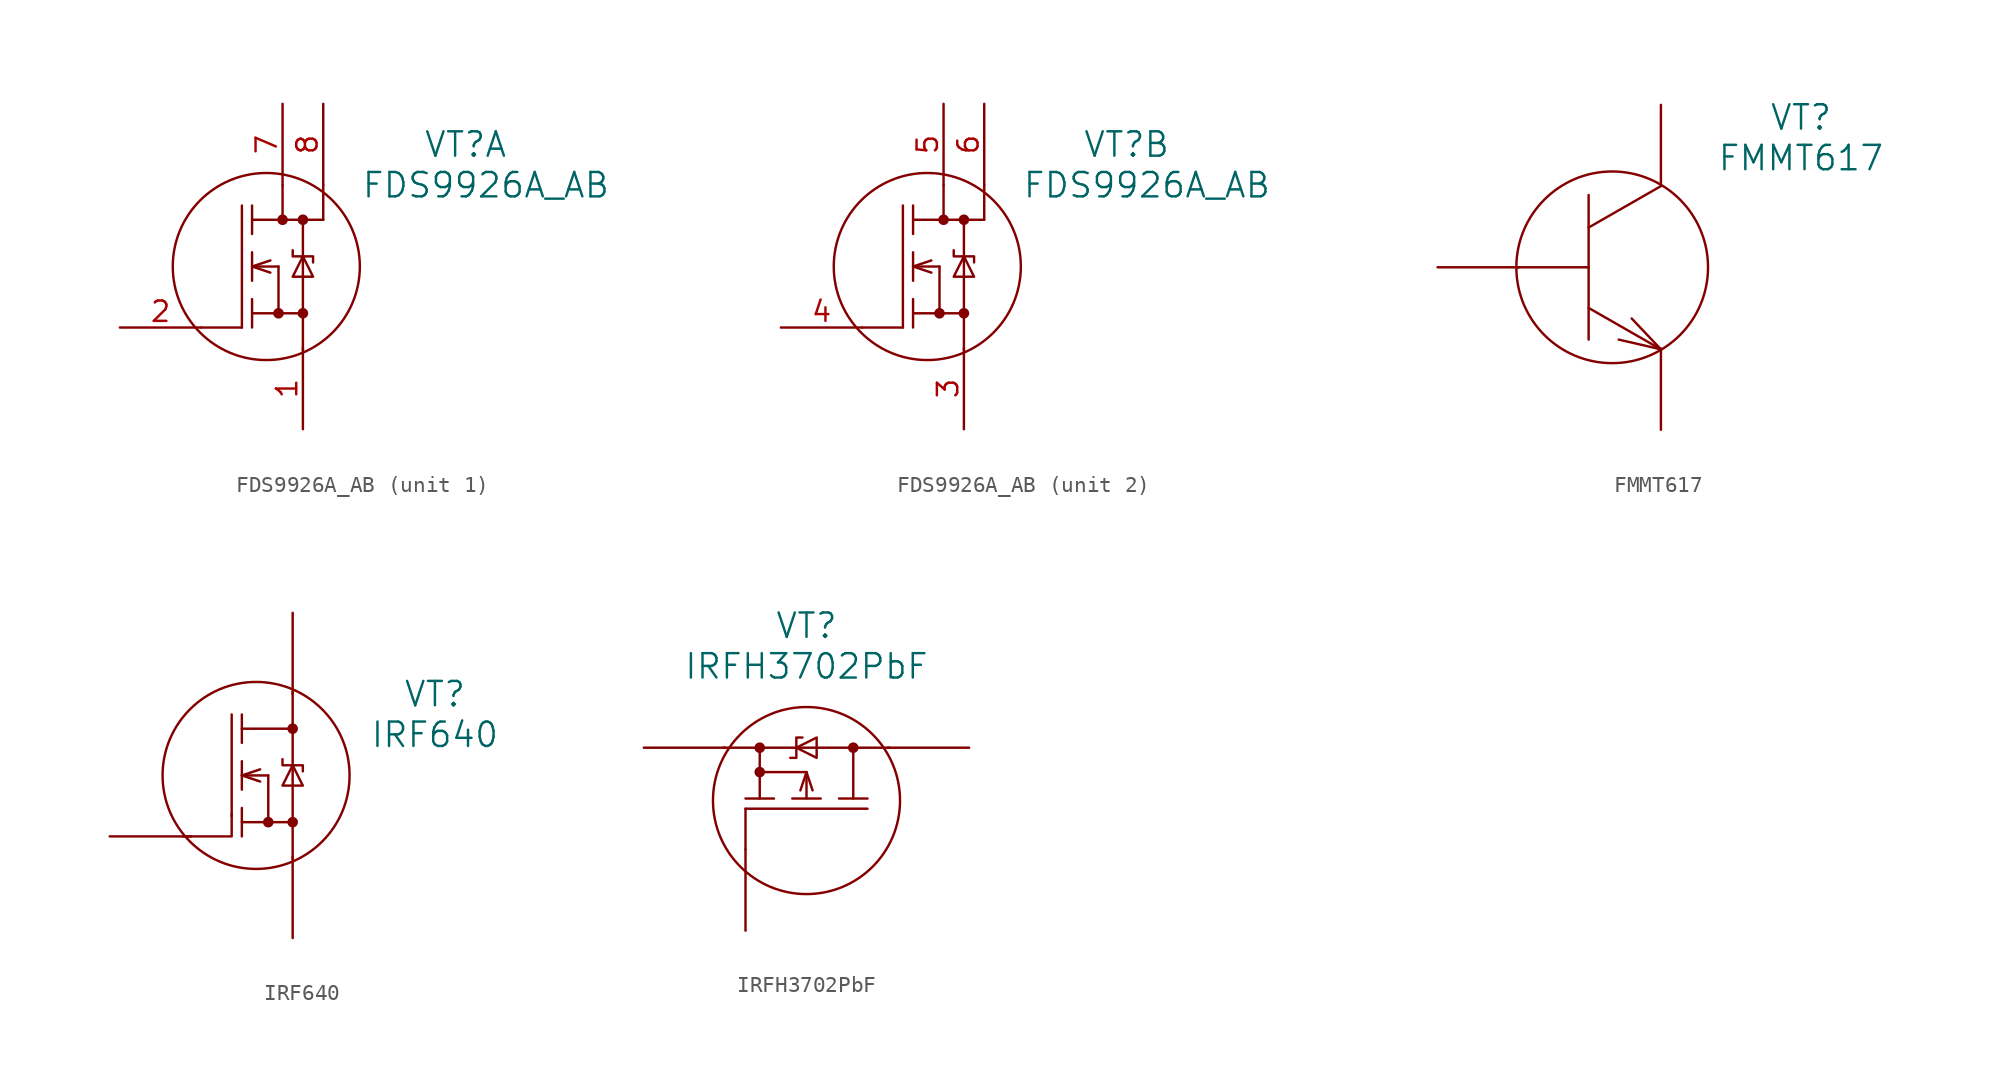
<source format=kicad_sym>
(kicad_symbol_lib
  (version 20220914)
  (generator kicad_symbol_editor)
  (symbol "FDS9926A_AB"
    (pin_names
      (offset 1.016) hide)
    (property "Reference" "VT"
      (at 12.7 7.62 0)
      (effects (font (size 1.524 1.524))))
    (property "Value" "FDS9926A_AB"
      (at 13.97 5.08 0)
      (effects (font (size 1.524 1.524))))
    (property "Datasheet" ""
      (at -8.89 -3.81 0)
      (effects (font (size 1.524 1.524))))
    (property "ki_locked" ""
      (at 0 0 0)
      (effects (font (size 1.27 1.27))))
    (symbol "FDS9926A_AB_0_1"
      (polyline (pts (xy -1.27 -3.81) (xy -1.27 3.81)) (stroke (width 0) (type solid)) (fill (type none)))
      (polyline (pts (xy -0.635 0.889) (xy -0.635 -0.889)) (stroke (width 0) (type solid)) (fill (type none)))
      (polyline (pts (xy -0.635 2.921) (xy 3.81 2.921)) (stroke (width 0) (type solid)) (fill (type none)))
      (polyline (pts (xy 1.016 0) (xy -0.635 0)) (stroke (width 0) (type solid)) (fill (type none)))
      (polyline (pts (xy 1.27 5.08) (xy 1.27 2.921)) (stroke (width 0) (type solid)) (fill (type none)))
      (polyline (pts (xy 2.54 2.921) (xy 2.54 -5.207)) (stroke (width 0) (type solid)) (fill (type none)))
      (polyline (pts (xy 3.81 5.08) (xy 3.81 2.921)) (stroke (width 0) (type solid)) (fill (type none)))
      (polyline (pts (xy -0.635 -2.921) (xy 2.54 -2.921) (xy 2.54 -2.921)) (stroke (width 0) (type solid)) (fill (type none)))
      (polyline (pts (xy -0.635 -2.032) (xy -0.635 -3.175) (xy -0.635 -3.81)) (stroke (width 0) (type solid)) (fill (type none)))
      (polyline (pts (xy -0.635 3.81) (xy -0.635 2.413) (xy -0.635 2.032)) (stroke (width 0) (type solid)) (fill (type none)))
      (polyline (pts (xy 1.905 1.016) (xy 1.905 0.635) (xy 3.175 0.635) (xy 3.175 0.254)) (stroke (width 0) (type solid)) (fill (type none)))
      (polyline (pts (xy 2.54 0.635) (xy 1.905 -0.635) (xy 3.175 -0.635) (xy 2.54 0.635)) (stroke (width 0) (type solid)) (fill (type none)))
      (circle (center 0.254 0) (radius 5.842) (stroke (width 0) (type solid)) (fill (type none)))
      (circle (center 1.016 -2.921) (radius 0.254) (stroke (width 0) (type solid)) (fill (type outline)))
      (circle (center 1.27 2.921) (radius 0.254) (stroke (width 0) (type solid)) (fill (type outline)))
      (circle (center 2.54 -2.921) (radius 0.254) (stroke (width 0) (type solid)) (fill (type outline)))
      (circle (center 2.54 2.921) (radius 0.254) (stroke (width 0) (type solid)) (fill (type outline))))
    (symbol "FDS9926A_AB_1_1"
      (polyline (pts (xy -1.27 -3.81) (xy -3.81 -3.81)) (stroke (width 0) (type solid)) (fill (type none)))
      (polyline (pts (xy 1.016 0) (xy 1.016 -2.921)) (stroke (width 0) (type solid)) (fill (type none)))
      (polyline (pts (xy 0.508 -0.381) (xy -0.635 0) (xy 0.508 0.381)) (stroke (width 0) (type solid)) (fill (type none)))
      (pin passive line (at 2.54 -10.16 90) (length 5.08) (name "S1" (effects (font (size 1.27 1.27)))) (number "1" (effects (font (size 1.27 1.27)))))
      (pin passive line (at -8.89 -3.81 0) (length 5.08) (name "G1" (effects (font (size 1.27 1.27)))) (number "2" (effects (font (size 1.27 1.27)))))
      (pin passive line (at 1.27 10.16 270) (length 5.08) (name "D1" (effects (font (size 1.27 1.27)))) (number "7" (effects (font (size 1.27 1.27)))))
      (pin passive line (at 3.81 10.16 270) (length 5.08) (name "D1" (effects (font (size 1.27 1.27)))) (number "8" (effects (font (size 1.27 1.27))))))
    (symbol "FDS9926A_AB_2_1"
      (polyline (pts (xy -1.27 -3.81) (xy -3.81 -3.81)) (stroke (width 0) (type solid)) (fill (type none)))
      (polyline (pts (xy 1.016 0) (xy 1.016 -2.921)) (stroke (width 0) (type solid)) (fill (type none)))
      (polyline (pts (xy 0.508 0.381) (xy -0.635 0) (xy 0.508 -0.381)) (stroke (width 0) (type solid)) (fill (type none)))
      (pin passive line (at 2.54 -10.16 90) (length 5.08) (name "S2" (effects (font (size 1.27 1.27)))) (number "3" (effects (font (size 1.27 1.27)))))
      (pin passive line (at -8.89 -3.81 0) (length 5.08) (name "G2" (effects (font (size 1.27 1.27)))) (number "4" (effects (font (size 1.27 1.27)))))
      (pin passive line (at 1.27 10.16 270) (length 5.08) (name "D2" (effects (font (size 1.27 1.27)))) (number "5" (effects (font (size 1.27 1.27)))))
      (pin passive line (at 3.81 10.16 270) (length 5.08) (name "D2" (effects (font (size 1.27 1.27)))) (number "6" (effects (font (size 1.27 1.27)))))))
  (symbol "FMMT617"
    (pin_numbers hide)
    (pin_names
      (offset 1.016) hide)
    (property "Reference" "VT"
      (at 12.573 9.373 0)
      (effects (font (size 1.524 1.524))))
    (property "Value" "FMMT617"
      (at 12.573 6.833 0)
      (effects (font (size 1.524 1.524))))
    (property "Datasheet" ""
      (at 0.762 0 0)
      (effects (font (size 1.524 1.524))))
    (symbol "FMMT617_0_1"
      (polyline (pts (xy -0.711 4.521) (xy -0.711 -4.521)) (stroke (width 0) (type solid)) (fill (type none)))
      (polyline (pts (xy 3.81 -5.131) (xy -0.711 -2.54)) (stroke (width 0) (type solid)) (fill (type none)))
      (polyline (pts (xy 3.81 -5.131) (xy 1.168 -4.521)) (stroke (width 0) (type solid)) (fill (type none)))
      (polyline (pts (xy 3.81 -5.131) (xy 1.981 -3.2)) (stroke (width 0) (type solid)) (fill (type none)))
      (polyline (pts (xy 3.81 5.08) (xy -0.711 2.489)) (stroke (width 0) (type solid)) (fill (type none)))
      (polyline (pts (xy -0.711 0) (xy -5.232 0) (xy -3.251 0)) (stroke (width 0) (type solid)) (fill (type none)))
      (circle (center 0.762 0) (radius 5.994) (stroke (width 0) (type solid)) (fill (type none))))
    (symbol "FMMT617_1_1"
      (pin passive line (at -10.16 0 0) (length 5.08) (name "B" (effects (font (size 1.27 1.27)))) (number "1" (effects (font (size 1.27 1.27)))))
      (pin passive line (at 3.81 -10.16 90) (length 5.08) (name "E" (effects (font (size 1.27 1.27)))) (number "2" (effects (font (size 1.27 1.27)))))
      (pin passive line (at 3.81 10.16 270) (length 5.08) (name "C" (effects (font (size 1.27 1.27)))) (number "3" (effects (font (size 1.27 1.27)))))))
  (symbol "IRF640"
    (pin_numbers hide)
    (pin_names
      (offset 1.016) hide)
    (property "Reference" "VT"
      (at 11.43 5.08 0)
      (effects (font (size 1.524 1.524))))
    (property "Value" "IRF640"
      (at 11.43 2.54 0)
      (effects (font (size 1.524 1.524))))
    (property "Datasheet" ""
      (at -8.89 -3.81 0)
      (effects (font (size 1.524 1.524))))
    (symbol "IRF640_0_1"
      (polyline (pts (xy -0.635 0.889) (xy -0.635 -0.889)) (stroke (width 0) (type solid)) (fill (type none)))
      (polyline (pts (xy -0.635 2.921) (xy 2.54 2.921)) (stroke (width 0) (type solid)) (fill (type none)))
      (polyline (pts (xy 1.016 -2.921) (xy 1.016 0)) (stroke (width 0) (type solid)) (fill (type none)))
      (polyline (pts (xy 1.016 0) (xy -0.635 0)) (stroke (width 0) (type solid)) (fill (type none)))
      (polyline (pts (xy 2.54 5.207) (xy 2.54 -5.207)) (stroke (width 0) (type solid)) (fill (type none)))
      (polyline (pts (xy -4.318 -3.81) (xy -1.27 -3.81) (xy -1.27 -2.413)) (stroke (width 0) (type solid)) (fill (type none)))
      (polyline (pts (xy -1.27 3.81) (xy -1.27 -2.54) (xy -1.27 -2.54)) (stroke (width 0) (type solid)) (fill (type none)))
      (polyline (pts (xy -0.635 -2.921) (xy 2.54 -2.921) (xy 2.54 -2.921)) (stroke (width 0) (type solid)) (fill (type none)))
      (polyline (pts (xy -0.635 -2.032) (xy -0.635 -3.175) (xy -0.635 -3.81)) (stroke (width 0) (type solid)) (fill (type none)))
      (polyline (pts (xy -0.635 3.81) (xy -0.635 2.413) (xy -0.635 2.032)) (stroke (width 0) (type solid)) (fill (type none)))
      (polyline (pts (xy 0.508 -0.381) (xy -0.635 0) (xy 0.508 0.381)) (stroke (width 0) (type solid)) (fill (type none)))
      (polyline (pts (xy 1.905 1.016) (xy 1.905 0.635) (xy 3.175 0.635) (xy 3.175 0.254)) (stroke (width 0) (type solid)) (fill (type none)))
      (polyline (pts (xy 2.54 0.635) (xy 1.905 -0.635) (xy 3.175 -0.635) (xy 2.54 0.635)) (stroke (width 0) (type solid)) (fill (type none)))
      (circle (center 0.254 0) (radius 5.842) (stroke (width 0) (type solid)) (fill (type none))))
    (symbol "IRF640_1_1"
      (circle (center 1.016 -2.921) (radius 0.254) (stroke (width 0) (type solid)) (fill (type outline)))
      (circle (center 2.54 -2.921) (radius 0.254) (stroke (width 0) (type solid)) (fill (type outline)))
      (circle (center 2.54 2.921) (radius 0.254) (stroke (width 0) (type solid)) (fill (type outline)))
      (pin passive line (at -8.89 -3.81 0) (length 5.08) (name "G" (effects (font (size 1.27 1.27)))) (number "1" (effects (font (size 1.27 1.27)))))
      (pin passive line (at 2.54 10.16 270) (length 5.08) (name "D" (effects (font (size 1.27 1.27)))) (number "2" (effects (font (size 1.27 1.27)))))
      (pin passive line (at 2.54 -10.16 90) (length 5.08) (name "S" (effects (font (size 1.27 1.27)))) (number "3" (effects (font (size 1.27 1.27)))))))
  (symbol "IRFH3702PbF"
    (pin_numbers hide)
    (pin_names
      (offset 1.016) hide)
    (property "Reference" "VT"
      (at 0 10.16 0)
      (effects (font (size 1.524 1.524))))
    (property "Value" "IRFH3702PbF"
      (at 0 7.62 0)
      (effects (font (size 1.524 1.524))))
    (property "Datasheet" ""
      (at 3.81 -8.89 90)
      (effects (font (size 1.524 1.524))))
    (symbol "IRFH3702PbF_0_1"
      (circle (center 0 -0.762) (radius 5.842) (stroke (width 0) (type solid)) (fill (type none)))
      (polyline (pts (xy -5.207 2.54) (xy 5.207 2.54)) (stroke (width 0) (type solid)) (fill (type none)))
      (polyline (pts (xy -3.81 -1.27) (xy -3.81 -3.81)) (stroke (width 0) (type solid)) (fill (type none)))
      (polyline (pts (xy -2.921 -0.635) (xy -2.921 2.54)) (stroke (width 0) (type solid)) (fill (type none)))
      (polyline (pts (xy -0.889 -0.635) (xy 0.889 -0.635)) (stroke (width 0) (type solid)) (fill (type none)))
      (polyline (pts (xy 0 -0.635) (xy 0 1.016)) (stroke (width 0) (type solid)) (fill (type none)))
      (polyline (pts (xy 0 1.016) (xy -2.921 1.016)) (stroke (width 0) (type solid)) (fill (type none)))
      (polyline (pts (xy -3.81 -1.27) (xy 3.81 -1.27) (xy 3.81 -1.27)) (stroke (width 0) (type solid)) (fill (type none)))
      (polyline (pts (xy -3.81 -0.635) (xy -2.413 -0.635) (xy -2.032 -0.635)) (stroke (width 0) (type solid)) (fill (type none)))
      (polyline (pts (xy 0.381 -0.127) (xy 0 1.016) (xy -0.381 -0.127)) (stroke (width 0) (type solid)) (fill (type none)))
      (polyline (pts (xy 2.032 -0.635) (xy 3.175 -0.635) (xy 3.81 -0.635)) (stroke (width 0) (type solid)) (fill (type none)))
      (polyline (pts (xy 2.921 -0.635) (xy 2.921 2.54) (xy 2.921 2.54)) (stroke (width 0) (type solid)) (fill (type none)))
      (polyline (pts (xy -1.016 1.905) (xy -0.635 1.905) (xy -0.635 3.175) (xy -0.254 3.175)) (stroke (width 0) (type solid)) (fill (type none)))
      (polyline (pts (xy -0.635 2.54) (xy 0.635 1.905) (xy 0.635 3.175) (xy -0.635 2.54)) (stroke (width 0) (type solid)) (fill (type none))))
    (symbol "IRFH3702PbF_1_1"
      (circle (center -2.921 1.016) (radius 0.254) (stroke (width 0) (type solid)) (fill (type outline)))
      (circle (center -2.921 2.54) (radius 0.254) (stroke (width 0) (type solid)) (fill (type outline)))
      (circle (center 2.921 2.54) (radius 0.254) (stroke (width 0) (type solid)) (fill (type outline)))
      (pin passive line (at -3.81 -8.89 90) (length 5.08) (name "G" (effects (font (size 1.27 1.27)))) (number "1" (effects (font (size 1.27 1.27)))))
      (pin passive line (at 10.16 2.54 180) (length 5.08) (name "D" (effects (font (size 1.27 1.27)))) (number "2" (effects (font (size 1.27 1.27)))))
      (pin passive line (at -10.16 2.54 0) (length 5.08) (name "S" (effects (font (size 1.27 1.27)))) (number "3" (effects (font (size 1.27 1.27))))))))
</source>
